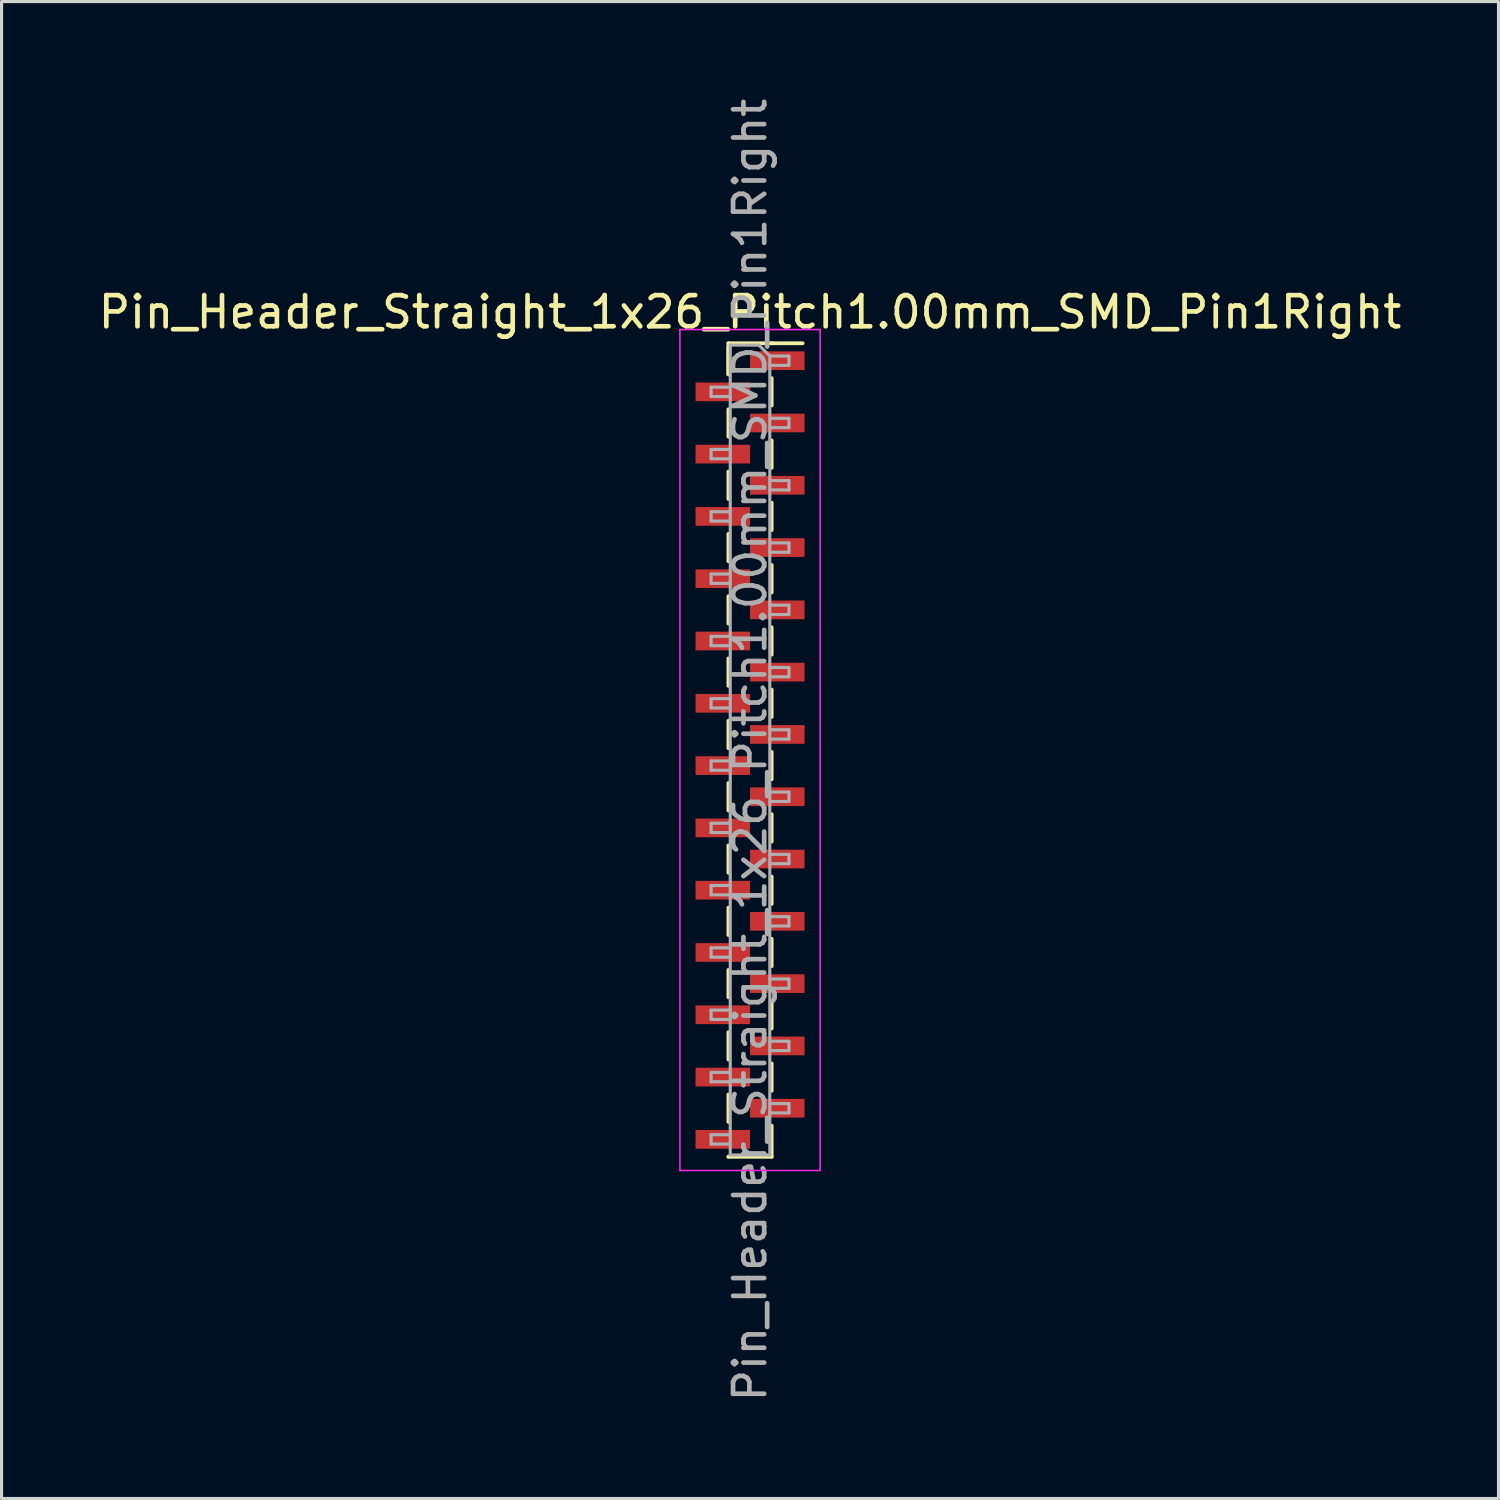
<source format=kicad_pcb>
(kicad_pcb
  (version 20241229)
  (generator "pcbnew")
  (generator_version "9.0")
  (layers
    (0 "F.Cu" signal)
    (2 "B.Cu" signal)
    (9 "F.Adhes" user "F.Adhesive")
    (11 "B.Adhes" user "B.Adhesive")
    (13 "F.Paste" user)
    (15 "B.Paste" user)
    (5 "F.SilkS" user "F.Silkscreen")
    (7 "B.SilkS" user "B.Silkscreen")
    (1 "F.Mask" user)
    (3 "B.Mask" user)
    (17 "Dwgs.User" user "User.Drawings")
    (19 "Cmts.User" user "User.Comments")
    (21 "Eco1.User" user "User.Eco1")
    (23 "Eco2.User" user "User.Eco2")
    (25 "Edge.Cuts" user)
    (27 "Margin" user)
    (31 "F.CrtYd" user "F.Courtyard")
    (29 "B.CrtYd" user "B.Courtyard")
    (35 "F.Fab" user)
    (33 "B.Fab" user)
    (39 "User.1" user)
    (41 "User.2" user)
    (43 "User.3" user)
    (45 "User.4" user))
  (footprint "Pin_Header_Straight_1x26_Pitch1.00mm_SMD_Pin1Right"
    (layer "F.Cu")
    (at 21.03 21.03)
    (property "Reference" "Pin_Header_Straight_1x26_Pitch1.00mm_SMD_Pin1Right" (at 0 -14.06 0) (layer "F.SilkS") (effects (font (size 1 1) (thickness 0.15))))
    (attr smd)
    (fp_line (start -0.695 -13.06) (end -0.695 -12.06) (stroke (width 0.12) (type solid)) (layer "F.SilkS"))
    (fp_line (start -0.695 -13.06) (end 0.695 -13.06) (stroke (width 0.12) (type solid)) (layer "F.SilkS"))
    (fp_line (start -0.695 -12.94) (end -0.695 -12.06) (stroke (width 0.12) (type solid)) (layer "F.SilkS"))
    (fp_line (start -0.695 -10.94) (end -0.695 -10.06) (stroke (width 0.12) (type solid)) (layer "F.SilkS"))
    (fp_line (start -0.695 -8.94) (end -0.695 -8.06) (stroke (width 0.12) (type solid)) (layer "F.SilkS"))
    (fp_line (start -0.695 -6.94) (end -0.695 -6.06) (stroke (width 0.12) (type solid)) (layer "F.SilkS"))
    (fp_line (start -0.695 -4.94) (end -0.695 -4.06) (stroke (width 0.12) (type solid)) (layer "F.SilkS"))
    (fp_line (start -0.695 -2.94) (end -0.695 -2.06) (stroke (width 0.12) (type solid)) (layer "F.SilkS"))
    (fp_line (start -0.695 -0.94) (end -0.695 -0.06) (stroke (width 0.12) (type solid)) (layer "F.SilkS"))
    (fp_line (start -0.695 1.06) (end -0.695 1.94) (stroke (width 0.12) (type solid)) (layer "F.SilkS"))
    (fp_line (start -0.695 3.06) (end -0.695 3.94) (stroke (width 0.12) (type solid)) (layer "F.SilkS"))
    (fp_line (start -0.695 5.06) (end -0.695 5.94) (stroke (width 0.12) (type solid)) (layer "F.SilkS"))
    (fp_line (start -0.695 7.06) (end -0.695 7.94) (stroke (width 0.12) (type solid)) (layer "F.SilkS"))
    (fp_line (start -0.695 9.06) (end -0.695 9.94) (stroke (width 0.12) (type solid)) (layer "F.SilkS"))
    (fp_line (start -0.695 11.06) (end -0.695 11.94) (stroke (width 0.12) (type solid)) (layer "F.SilkS"))
    (fp_line (start -0.695 13.06) (end -0.695 13.06) (stroke (width 0.12) (type solid)) (layer "F.SilkS"))
    (fp_line (start -0.695 13.06) (end 0.695 13.06) (stroke (width 0.12) (type solid)) (layer "F.SilkS"))
    (fp_line (start 0.695 -13.06) (end 0.695 -13.06) (stroke (width 0.12) (type solid)) (layer "F.SilkS"))
    (fp_line (start 0.695 -13.06) (end 1.69 -13.06) (stroke (width 0.12) (type solid)) (layer "F.SilkS"))
    (fp_line (start 0.695 -11.94) (end 0.695 -11.06) (stroke (width 0.12) (type solid)) (layer "F.SilkS"))
    (fp_line (start 0.695 -9.94) (end 0.695 -9.06) (stroke (width 0.12) (type solid)) (layer "F.SilkS"))
    (fp_line (start 0.695 -7.94) (end 0.695 -7.06) (stroke (width 0.12) (type solid)) (layer "F.SilkS"))
    (fp_line (start 0.695 -5.94) (end 0.695 -5.06) (stroke (width 0.12) (type solid)) (layer "F.SilkS"))
    (fp_line (start 0.695 -3.94) (end 0.695 -3.06) (stroke (width 0.12) (type solid)) (layer "F.SilkS"))
    (fp_line (start 0.695 -1.94) (end 0.695 -1.06) (stroke (width 0.12) (type solid)) (layer "F.SilkS"))
    (fp_line (start 0.695 0.06) (end 0.695 0.94) (stroke (width 0.12) (type solid)) (layer "F.SilkS"))
    (fp_line (start 0.695 2.06) (end 0.695 2.94) (stroke (width 0.12) (type solid)) (layer "F.SilkS"))
    (fp_line (start 0.695 4.06) (end 0.695 4.94) (stroke (width 0.12) (type solid)) (layer "F.SilkS"))
    (fp_line (start 0.695 6.06) (end 0.695 6.94) (stroke (width 0.12) (type solid)) (layer "F.SilkS"))
    (fp_line (start 0.695 8.06) (end 0.695 8.94) (stroke (width 0.12) (type solid)) (layer "F.SilkS"))
    (fp_line (start 0.695 10.06) (end 0.695 10.94) (stroke (width 0.12) (type solid)) (layer "F.SilkS"))
    (fp_line (start 0.695 12.06) (end 0.695 13.06) (stroke (width 0.12) (type solid)) (layer "F.SilkS"))
    (fp_line (start -2.25 -13.5) (end -2.25 13.5) (stroke (width 0.05) (type solid)) (layer "F.CrtYd"))
    (fp_line (start -2.25 13.5) (end 2.25 13.5) (stroke (width 0.05) (type solid)) (layer "F.CrtYd"))
    (fp_line (start 2.25 -13.5) (end -2.25 -13.5) (stroke (width 0.05) (type solid)) (layer "F.CrtYd"))
    (fp_line (start 2.25 13.5) (end 2.25 -13.5) (stroke (width 0.05) (type solid)) (layer "F.CrtYd"))
    (fp_line (start -1.25 -11.65) (end -1.25 -11.35) (stroke (width 0.1) (type solid)) (layer "F.Fab"))
    (fp_line (start -1.25 -11.35) (end -0.635 -11.35) (stroke (width 0.1) (type solid)) (layer "F.Fab"))
    (fp_line (start -1.25 -9.65) (end -1.25 -9.35) (stroke (width 0.1) (type solid)) (layer "F.Fab"))
    (fp_line (start -1.25 -9.35) (end -0.635 -9.35) (stroke (width 0.1) (type solid)) (layer "F.Fab"))
    (fp_line (start -1.25 -7.65) (end -1.25 -7.35) (stroke (width 0.1) (type solid)) (layer "F.Fab"))
    (fp_line (start -1.25 -7.35) (end -0.635 -7.35) (stroke (width 0.1) (type solid)) (layer "F.Fab"))
    (fp_line (start -1.25 -5.65) (end -1.25 -5.35) (stroke (width 0.1) (type solid)) (layer "F.Fab"))
    (fp_line (start -1.25 -5.35) (end -0.635 -5.35) (stroke (width 0.1) (type solid)) (layer "F.Fab"))
    (fp_line (start -1.25 -3.65) (end -1.25 -3.35) (stroke (width 0.1) (type solid)) (layer "F.Fab"))
    (fp_line (start -1.25 -3.35) (end -0.635 -3.35) (stroke (width 0.1) (type solid)) (layer "F.Fab"))
    (fp_line (start -1.25 -1.65) (end -1.25 -1.35) (stroke (width 0.1) (type solid)) (layer "F.Fab"))
    (fp_line (start -1.25 -1.35) (end -0.635 -1.35) (stroke (width 0.1) (type solid)) (layer "F.Fab"))
    (fp_line (start -1.25 0.35) (end -1.25 0.65) (stroke (width 0.1) (type solid)) (layer "F.Fab"))
    (fp_line (start -1.25 0.65) (end -0.635 0.65) (stroke (width 0.1) (type solid)) (layer "F.Fab"))
    (fp_line (start -1.25 2.35) (end -1.25 2.65) (stroke (width 0.1) (type solid)) (layer "F.Fab"))
    (fp_line (start -1.25 2.65) (end -0.635 2.65) (stroke (width 0.1) (type solid)) (layer "F.Fab"))
    (fp_line (start -1.25 4.35) (end -1.25 4.65) (stroke (width 0.1) (type solid)) (layer "F.Fab"))
    (fp_line (start -1.25 4.65) (end -0.635 4.65) (stroke (width 0.1) (type solid)) (layer "F.Fab"))
    (fp_line (start -1.25 6.35) (end -1.25 6.65) (stroke (width 0.1) (type solid)) (layer "F.Fab"))
    (fp_line (start -1.25 6.65) (end -0.635 6.65) (stroke (width 0.1) (type solid)) (layer "F.Fab"))
    (fp_line (start -1.25 8.35) (end -1.25 8.65) (stroke (width 0.1) (type solid)) (layer "F.Fab"))
    (fp_line (start -1.25 8.65) (end -0.635 8.65) (stroke (width 0.1) (type solid)) (layer "F.Fab"))
    (fp_line (start -1.25 10.35) (end -1.25 10.65) (stroke (width 0.1) (type solid)) (layer "F.Fab"))
    (fp_line (start -1.25 10.65) (end -0.635 10.65) (stroke (width 0.1) (type solid)) (layer "F.Fab"))
    (fp_line (start -1.25 12.35) (end -1.25 12.65) (stroke (width 0.1) (type solid)) (layer "F.Fab"))
    (fp_line (start -1.25 12.65) (end -0.635 12.65) (stroke (width 0.1) (type solid)) (layer "F.Fab"))
    (fp_line (start -0.635 -13) (end -0.635 13) (stroke (width 0.1) (type solid)) (layer "F.Fab"))
    (fp_line (start -0.635 -13) (end 0.285 -13) (stroke (width 0.1) (type solid)) (layer "F.Fab"))
    (fp_line (start -0.635 -11.65) (end -1.25 -11.65) (stroke (width 0.1) (type solid)) (layer "F.Fab"))
    (fp_line (start -0.635 -9.65) (end -1.25 -9.65) (stroke (width 0.1) (type solid)) (layer "F.Fab"))
    (fp_line (start -0.635 -7.65) (end -1.25 -7.65) (stroke (width 0.1) (type solid)) (layer "F.Fab"))
    (fp_line (start -0.635 -5.65) (end -1.25 -5.65) (stroke (width 0.1) (type solid)) (layer "F.Fab"))
    (fp_line (start -0.635 -3.65) (end -1.25 -3.65) (stroke (width 0.1) (type solid)) (layer "F.Fab"))
    (fp_line (start -0.635 -1.65) (end -1.25 -1.65) (stroke (width 0.1) (type solid)) (layer "F.Fab"))
    (fp_line (start -0.635 0.35) (end -1.25 0.35) (stroke (width 0.1) (type solid)) (layer "F.Fab"))
    (fp_line (start -0.635 2.35) (end -1.25 2.35) (stroke (width 0.1) (type solid)) (layer "F.Fab"))
    (fp_line (start -0.635 4.35) (end -1.25 4.35) (stroke (width 0.1) (type solid)) (layer "F.Fab"))
    (fp_line (start -0.635 6.35) (end -1.25 6.35) (stroke (width 0.1) (type solid)) (layer "F.Fab"))
    (fp_line (start -0.635 8.35) (end -1.25 8.35) (stroke (width 0.1) (type solid)) (layer "F.Fab"))
    (fp_line (start -0.635 10.35) (end -1.25 10.35) (stroke (width 0.1) (type solid)) (layer "F.Fab"))
    (fp_line (start -0.635 12.35) (end -1.25 12.35) (stroke (width 0.1) (type solid)) (layer "F.Fab"))
    (fp_line (start 0.635 -12.65) (end 0.285 -13) (stroke (width 0.1) (type solid)) (layer "F.Fab"))
    (fp_line (start 0.635 -12.65) (end 1.25 -12.65) (stroke (width 0.1) (type solid)) (layer "F.Fab"))
    (fp_line (start 0.635 -10.65) (end 1.25 -10.65) (stroke (width 0.1) (type solid)) (layer "F.Fab"))
    (fp_line (start 0.635 -8.65) (end 1.25 -8.65) (stroke (width 0.1) (type solid)) (layer "F.Fab"))
    (fp_line (start 0.635 -6.65) (end 1.25 -6.65) (stroke (width 0.1) (type solid)) (layer "F.Fab"))
    (fp_line (start 0.635 -4.65) (end 1.25 -4.65) (stroke (width 0.1) (type solid)) (layer "F.Fab"))
    (fp_line (start 0.635 -2.65) (end 1.25 -2.65) (stroke (width 0.1) (type solid)) (layer "F.Fab"))
    (fp_line (start 0.635 -0.65) (end 1.25 -0.65) (stroke (width 0.1) (type solid)) (layer "F.Fab"))
    (fp_line (start 0.635 1.35) (end 1.25 1.35) (stroke (width 0.1) (type solid)) (layer "F.Fab"))
    (fp_line (start 0.635 3.35) (end 1.25 3.35) (stroke (width 0.1) (type solid)) (layer "F.Fab"))
    (fp_line (start 0.635 5.35) (end 1.25 5.35) (stroke (width 0.1) (type solid)) (layer "F.Fab"))
    (fp_line (start 0.635 7.35) (end 1.25 7.35) (stroke (width 0.1) (type solid)) (layer "F.Fab"))
    (fp_line (start 0.635 9.35) (end 1.25 9.35) (stroke (width 0.1) (type solid)) (layer "F.Fab"))
    (fp_line (start 0.635 11.35) (end 1.25 11.35) (stroke (width 0.1) (type solid)) (layer "F.Fab"))
    (fp_line (start 0.635 13) (end -0.635 13) (stroke (width 0.1) (type solid)) (layer "F.Fab"))
    (fp_line (start 0.635 13) (end 0.635 -12.65) (stroke (width 0.1) (type solid)) (layer "F.Fab"))
    (fp_line (start 1.25 -12.65) (end 1.25 -12.35) (stroke (width 0.1) (type solid)) (layer "F.Fab"))
    (fp_line (start 1.25 -12.35) (end 0.635 -12.35) (stroke (width 0.1) (type solid)) (layer "F.Fab"))
    (fp_line (start 1.25 -10.65) (end 1.25 -10.35) (stroke (width 0.1) (type solid)) (layer "F.Fab"))
    (fp_line (start 1.25 -10.35) (end 0.635 -10.35) (stroke (width 0.1) (type solid)) (layer "F.Fab"))
    (fp_line (start 1.25 -8.65) (end 1.25 -8.35) (stroke (width 0.1) (type solid)) (layer "F.Fab"))
    (fp_line (start 1.25 -8.35) (end 0.635 -8.35) (stroke (width 0.1) (type solid)) (layer "F.Fab"))
    (fp_line (start 1.25 -6.65) (end 1.25 -6.35) (stroke (width 0.1) (type solid)) (layer "F.Fab"))
    (fp_line (start 1.25 -6.35) (end 0.635 -6.35) (stroke (width 0.1) (type solid)) (layer "F.Fab"))
    (fp_line (start 1.25 -4.65) (end 1.25 -4.35) (stroke (width 0.1) (type solid)) (layer "F.Fab"))
    (fp_line (start 1.25 -4.35) (end 0.635 -4.35) (stroke (width 0.1) (type solid)) (layer "F.Fab"))
    (fp_line (start 1.25 -2.65) (end 1.25 -2.35) (stroke (width 0.1) (type solid)) (layer "F.Fab"))
    (fp_line (start 1.25 -2.35) (end 0.635 -2.35) (stroke (width 0.1) (type solid)) (layer "F.Fab"))
    (fp_line (start 1.25 -0.65) (end 1.25 -0.35) (stroke (width 0.1) (type solid)) (layer "F.Fab"))
    (fp_line (start 1.25 -0.35) (end 0.635 -0.35) (stroke (width 0.1) (type solid)) (layer "F.Fab"))
    (fp_line (start 1.25 1.35) (end 1.25 1.65) (stroke (width 0.1) (type solid)) (layer "F.Fab"))
    (fp_line (start 1.25 1.65) (end 0.635 1.65) (stroke (width 0.1) (type solid)) (layer "F.Fab"))
    (fp_line (start 1.25 3.35) (end 1.25 3.65) (stroke (width 0.1) (type solid)) (layer "F.Fab"))
    (fp_line (start 1.25 3.65) (end 0.635 3.65) (stroke (width 0.1) (type solid)) (layer "F.Fab"))
    (fp_line (start 1.25 5.35) (end 1.25 5.65) (stroke (width 0.1) (type solid)) (layer "F.Fab"))
    (fp_line (start 1.25 5.65) (end 0.635 5.65) (stroke (width 0.1) (type solid)) (layer "F.Fab"))
    (fp_line (start 1.25 7.35) (end 1.25 7.65) (stroke (width 0.1) (type solid)) (layer "F.Fab"))
    (fp_line (start 1.25 7.65) (end 0.635 7.65) (stroke (width 0.1) (type solid)) (layer "F.Fab"))
    (fp_line (start 1.25 9.35) (end 1.25 9.65) (stroke (width 0.1) (type solid)) (layer "F.Fab"))
    (fp_line (start 1.25 9.65) (end 0.635 9.65) (stroke (width 0.1) (type solid)) (layer "F.Fab"))
    (fp_line (start 1.25 11.35) (end 1.25 11.65) (stroke (width 0.1) (type solid)) (layer "F.Fab"))
    (fp_line (start 1.25 11.65) (end 0.635 11.65) (stroke (width 0.1) (type solid)) (layer "F.Fab"))
    (fp_text user "${REFERENCE}" (at 0 0 90) (layer "F.Fab") (effects (font (size 1 1) (thickness 0.15))))
    (pad "1" smd rect (at 0.875 -12.5) (size 1.75 0.6) (layers "F.Cu" "F.Mask" "F.Paste"))
    (pad "2" smd rect (at -0.875 -11.5) (size 1.75 0.6) (layers "F.Cu" "F.Mask" "F.Paste"))
    (pad "3" smd rect (at 0.875 -10.5) (size 1.75 0.6) (layers "F.Cu" "F.Mask" "F.Paste"))
    (pad "4" smd rect (at -0.875 -9.5) (size 1.75 0.6) (layers "F.Cu" "F.Mask" "F.Paste"))
    (pad "5" smd rect (at 0.875 -8.5) (size 1.75 0.6) (layers "F.Cu" "F.Mask" "F.Paste"))
    (pad "6" smd rect (at -0.875 -7.5) (size 1.75 0.6) (layers "F.Cu" "F.Mask" "F.Paste"))
    (pad "7" smd rect (at 0.875 -6.5) (size 1.75 0.6) (layers "F.Cu" "F.Mask" "F.Paste"))
    (pad "8" smd rect (at -0.875 -5.5) (size 1.75 0.6) (layers "F.Cu" "F.Mask" "F.Paste"))
    (pad "9" smd rect (at 0.875 -4.5) (size 1.75 0.6) (layers "F.Cu" "F.Mask" "F.Paste"))
    (pad "10" smd rect (at -0.875 -3.5) (size 1.75 0.6) (layers "F.Cu" "F.Mask" "F.Paste"))
    (pad "11" smd rect (at 0.875 -2.5) (size 1.75 0.6) (layers "F.Cu" "F.Mask" "F.Paste"))
    (pad "12" smd rect (at -0.875 -1.5) (size 1.75 0.6) (layers "F.Cu" "F.Mask" "F.Paste"))
    (pad "13" smd rect (at 0.875 -0.5) (size 1.75 0.6) (layers "F.Cu" "F.Mask" "F.Paste"))
    (pad "14" smd rect (at -0.875 0.5) (size 1.75 0.6) (layers "F.Cu" "F.Mask" "F.Paste"))
    (pad "15" smd rect (at 0.875 1.5) (size 1.75 0.6) (layers "F.Cu" "F.Mask" "F.Paste"))
    (pad "16" smd rect (at -0.875 2.5) (size 1.75 0.6) (layers "F.Cu" "F.Mask" "F.Paste"))
    (pad "17" smd rect (at 0.875 3.5) (size 1.75 0.6) (layers "F.Cu" "F.Mask" "F.Paste"))
    (pad "18" smd rect (at -0.875 4.5) (size 1.75 0.6) (layers "F.Cu" "F.Mask" "F.Paste"))
    (pad "19" smd rect (at 0.875 5.5) (size 1.75 0.6) (layers "F.Cu" "F.Mask" "F.Paste"))
    (pad "20" smd rect (at -0.875 6.5) (size 1.75 0.6) (layers "F.Cu" "F.Mask" "F.Paste"))
    (pad "21" smd rect (at 0.875 7.5) (size 1.75 0.6) (layers "F.Cu" "F.Mask" "F.Paste"))
    (pad "22" smd rect (at -0.875 8.5) (size 1.75 0.6) (layers "F.Cu" "F.Mask" "F.Paste"))
    (pad "23" smd rect (at 0.875 9.5) (size 1.75 0.6) (layers "F.Cu" "F.Mask" "F.Paste"))
    (pad "24" smd rect (at -0.875 10.5) (size 1.75 0.6) (layers "F.Cu" "F.Mask" "F.Paste"))
    (pad "25" smd rect (at 0.875 11.5) (size 1.75 0.6) (layers "F.Cu" "F.Mask" "F.Paste"))
    (pad "26" smd rect (at -0.875 12.5) (size 1.75 0.6) (layers "F.Cu" "F.Mask" "F.Paste")))
  (gr_rect
    (start -3 -3)
    (end 45.06 45.06)
    (stroke (width 0.1) (type default))
    (fill no)
    (layer "Edge.Cuts")))
</source>
